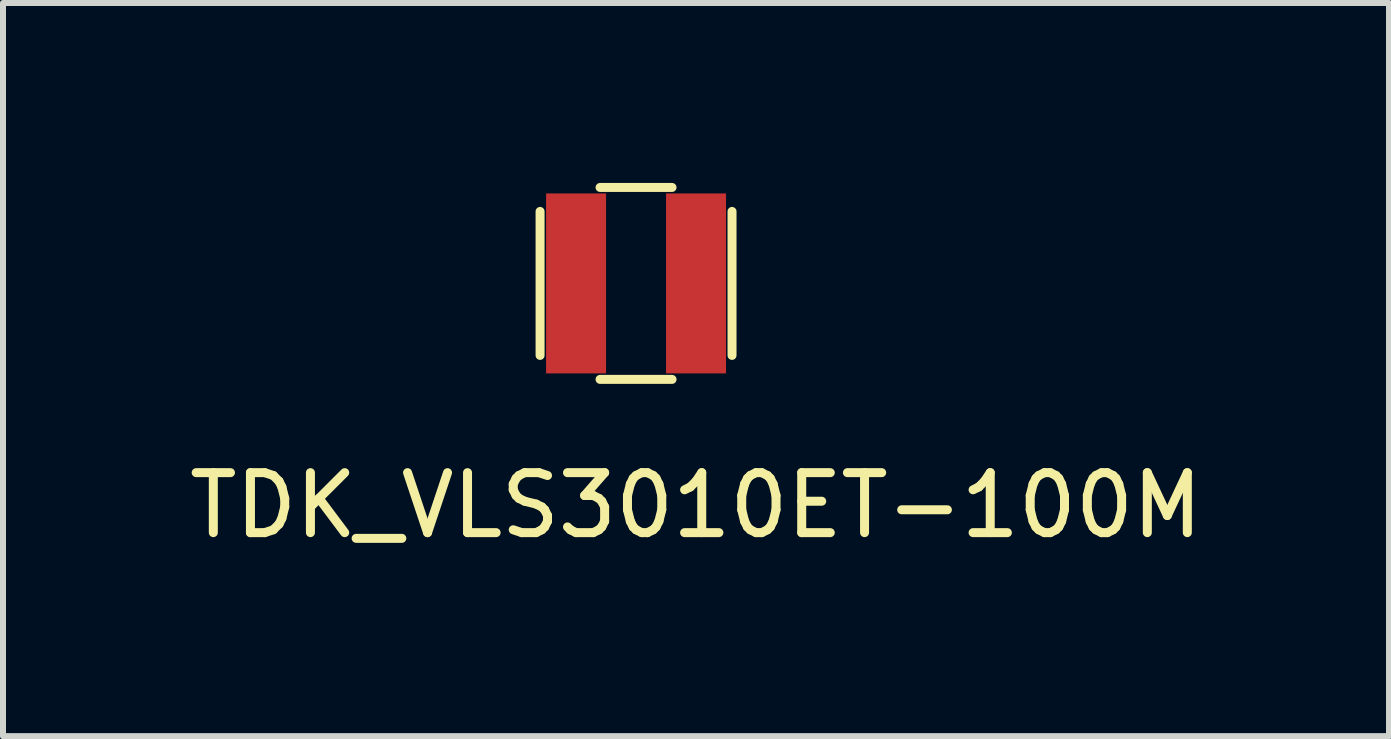
<source format=kicad_pcb>
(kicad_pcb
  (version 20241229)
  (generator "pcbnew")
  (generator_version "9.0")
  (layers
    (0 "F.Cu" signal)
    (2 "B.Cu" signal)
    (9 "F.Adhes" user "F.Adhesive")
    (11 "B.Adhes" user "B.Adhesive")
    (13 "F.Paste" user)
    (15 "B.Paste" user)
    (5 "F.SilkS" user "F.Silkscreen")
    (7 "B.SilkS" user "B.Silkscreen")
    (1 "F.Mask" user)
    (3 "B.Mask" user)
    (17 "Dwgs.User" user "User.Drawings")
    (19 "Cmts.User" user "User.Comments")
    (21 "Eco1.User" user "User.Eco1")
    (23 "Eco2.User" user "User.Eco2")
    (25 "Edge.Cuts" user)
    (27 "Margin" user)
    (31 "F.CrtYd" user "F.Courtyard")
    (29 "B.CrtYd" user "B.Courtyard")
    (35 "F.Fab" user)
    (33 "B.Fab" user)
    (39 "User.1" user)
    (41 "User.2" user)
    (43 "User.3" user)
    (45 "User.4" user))
  (footprint "TDK_VLS3010ET-100M"
    (layer "F.Cu")
    (at 7.554 1.675)
    (property "Reference" "TDK_VLS3010ET-100M" (at 1 3.7 0) (layer "F.SilkS") (effects (font (size 1 1) (thickness 0.15))))
    (attr through_hole)
    (fp_line (start -1.6 1.2) (end -1.6 -1.2) (stroke (width 0.15) (type solid)) (layer "F.SilkS"))
    (fp_line (start -0.6 -1.6) (end 0.6 -1.6) (stroke (width 0.15) (type solid)) (layer "F.SilkS"))
    (fp_line (start -0.6 1.6) (end 0.6 1.6) (stroke (width 0.15) (type solid)) (layer "F.SilkS"))
    (fp_line (start 1.6 -1.2) (end 1.6 1.2) (stroke (width 0.15) (type solid)) (layer "F.SilkS"))
    (pad "1" smd rect (at -1 0) (size 1 3) (layers "F.Cu" "F.Mask" "F.Paste"))
    (pad "2" smd rect (at 1 0) (size 1 3) (layers "F.Cu" "F.Mask" "F.Paste")))
  (gr_rect
    (start -3 -3)
    (end 20.107 9.223)
    (stroke (width 0.1) (type default))
    (fill no)
    (layer "Edge.Cuts")))
</source>
